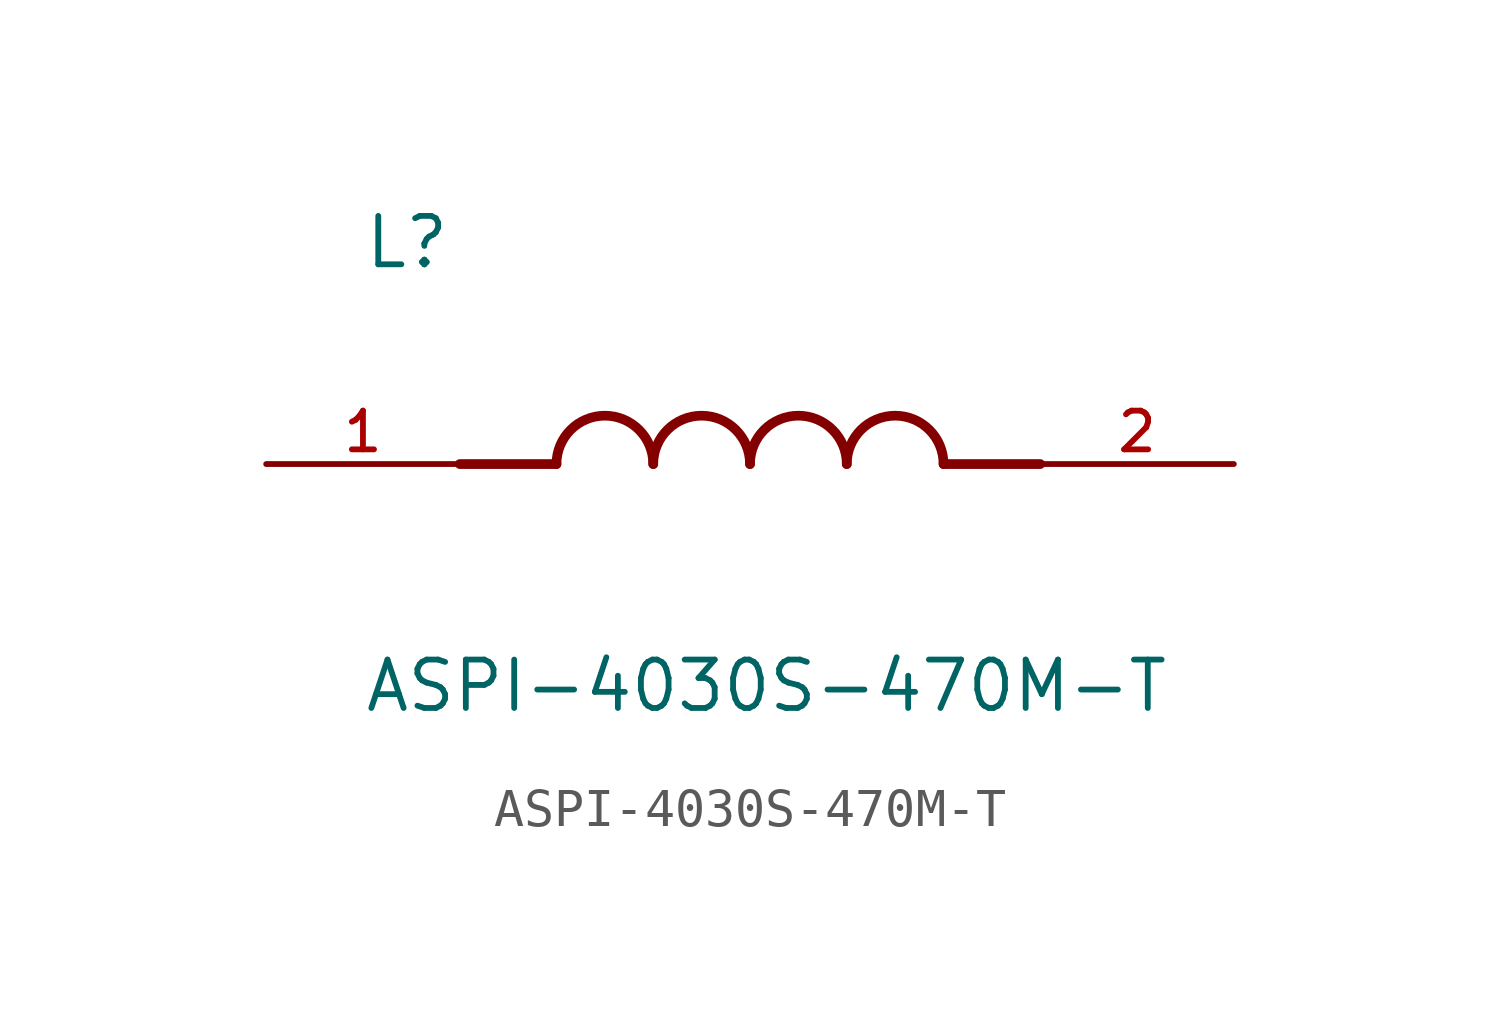
<source format=kicad_sym>
(kicad_symbol_lib
  (version 20211014)
  (generator kicad_symbol_editor)
  (symbol "ASPI-4030S-470M-T"
    (pin_names
      (offset 1.016))
    (property "Reference" "L"
      (at -10.16 5.08 0)
      (effects (font (size 1.27 1.27)) (justify bottom left)))
    (property "Value" "ASPI-4030S-470M-T"
      (at -10.16 -5.08 0)
      (effects (font (size 1.27 1.27)) (justify top left)))
    (symbol "ASPI-4030S-470M-T_0_0"
      (polyline (pts (xy -5.08 0.0) (xy -7.62 0.0)) (stroke (width 0.254)))
      (polyline (pts (xy 5.08 0.0) (xy 7.62 0.0)) (stroke (width 0.254)))
      (arc (start -2.54 0.0) (mid -3.81 1.27) (end -5.08 0.0) (stroke (width 0.254) (type default) (color 0 0 0 0)) (fill (type none)))
      (arc (start 0.0 0.0) (mid -1.27 1.27) (end -2.54 0.0) (stroke (width 0.254) (type default) (color 0 0 0 0)) (fill (type none)))
      (arc (start 2.54 0.0) (mid 1.27 1.27) (end 0.0 0.0) (stroke (width 0.254) (type default) (color 0 0 0 0)) (fill (type none)))
      (arc (start 5.08 0.0) (mid 3.81 1.27) (end 2.54 0.0) (stroke (width 0.254) (type default) (color 0 0 0 0)) (fill (type none)))
      (pin passive line (at -12.7 0.0 0) (length 5.08) (name "~" (effects (font (size 1.016 1.016)))) (number "1" (effects (font (size 1.016 1.016)))))
      (pin passive line (at 12.7 0.0 180.0) (length 5.08) (name "~" (effects (font (size 1.016 1.016)))) (number "2" (effects (font (size 1.016 1.016))))))))
</source>
